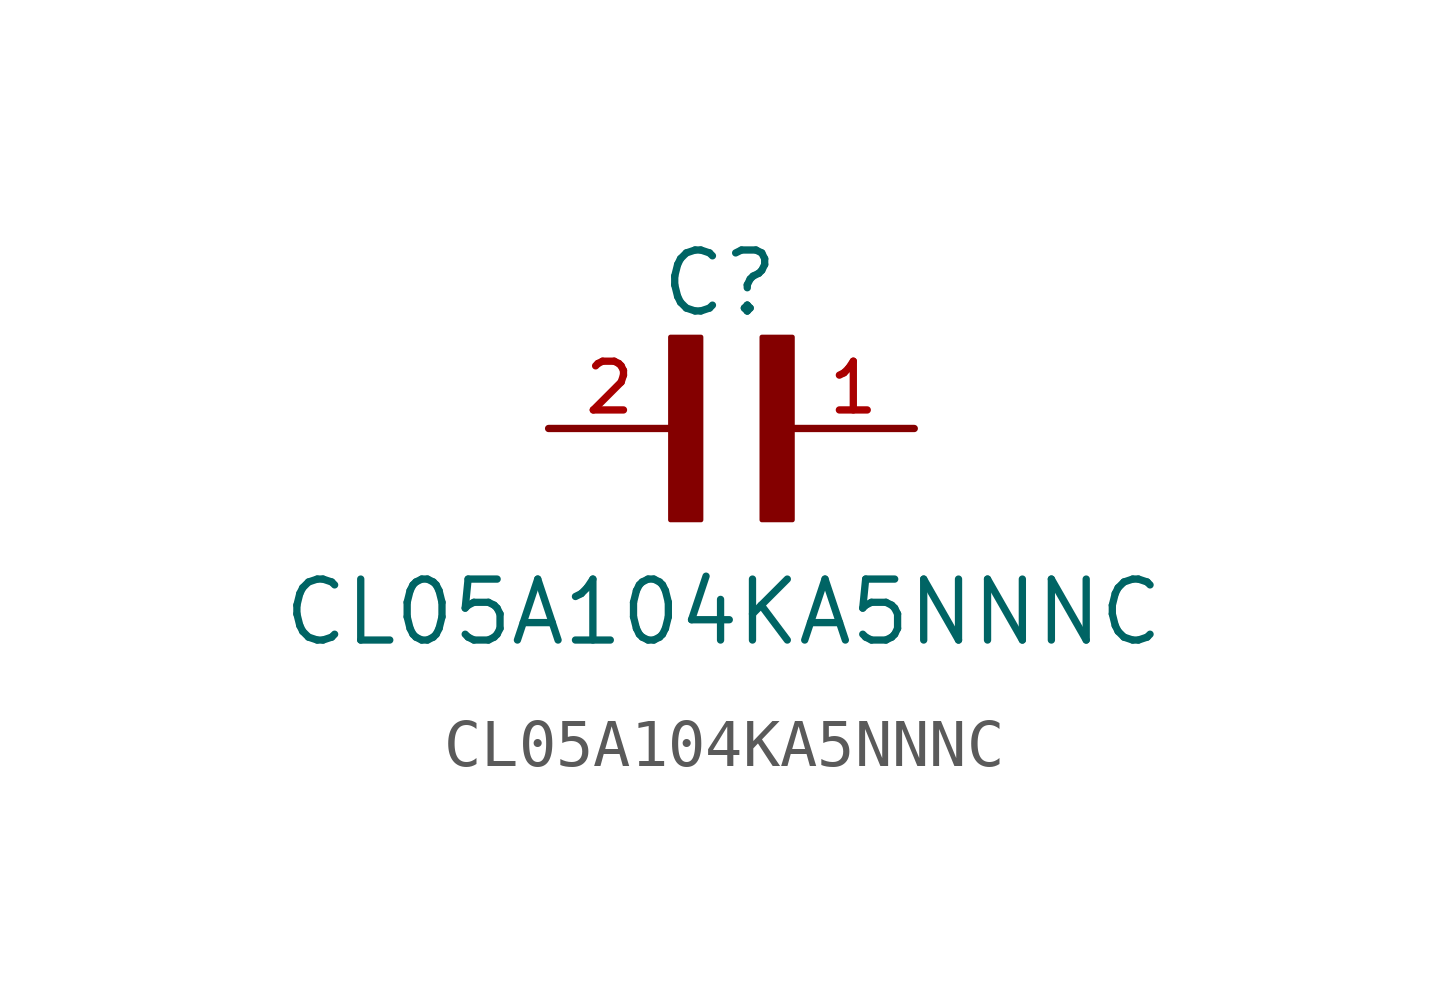
<source format=kicad_sym>
(kicad_symbol_lib
  (version 20211014)
  (generator kicad_symbol_editor)
  (symbol "CL05A104KA5NNNC"
    (pin_names
      (offset 1.016))
    (property "Reference" "C"
      (at -0.254 2.286 0)
      (effects (font (size 1.27 1.27)) (justify left bottom)))
    (property "Value" "CL05A104KA5NNNC"
      (at -8.128 -4.572 0)
      (effects (font (size 1.27 1.27)) (justify left bottom)))
    (symbol "CL05A104KA5NNNC_0_0"
      (rectangle (start 0 -1.905) (end 0.635 1.905) (stroke (width 0.1) (type default) (color 0 0 0 0)) (fill (type outline)))
      (rectangle (start 1.905 -1.905) (end 2.54 1.905) (stroke (width 0.1) (type default) (color 0 0 0 0)) (fill (type outline)))
      (pin passive line (at 5.08 0 180) (length 2.54) (name "~" (effects (font (size 1.016 1.016)))) (number "1" (effects (font (size 1.016 1.016)))))
      (pin passive line (at -2.54 0 0) (length 2.54) (name "~" (effects (font (size 1.016 1.016)))) (number "2" (effects (font (size 1.016 1.016))))))))
</source>
